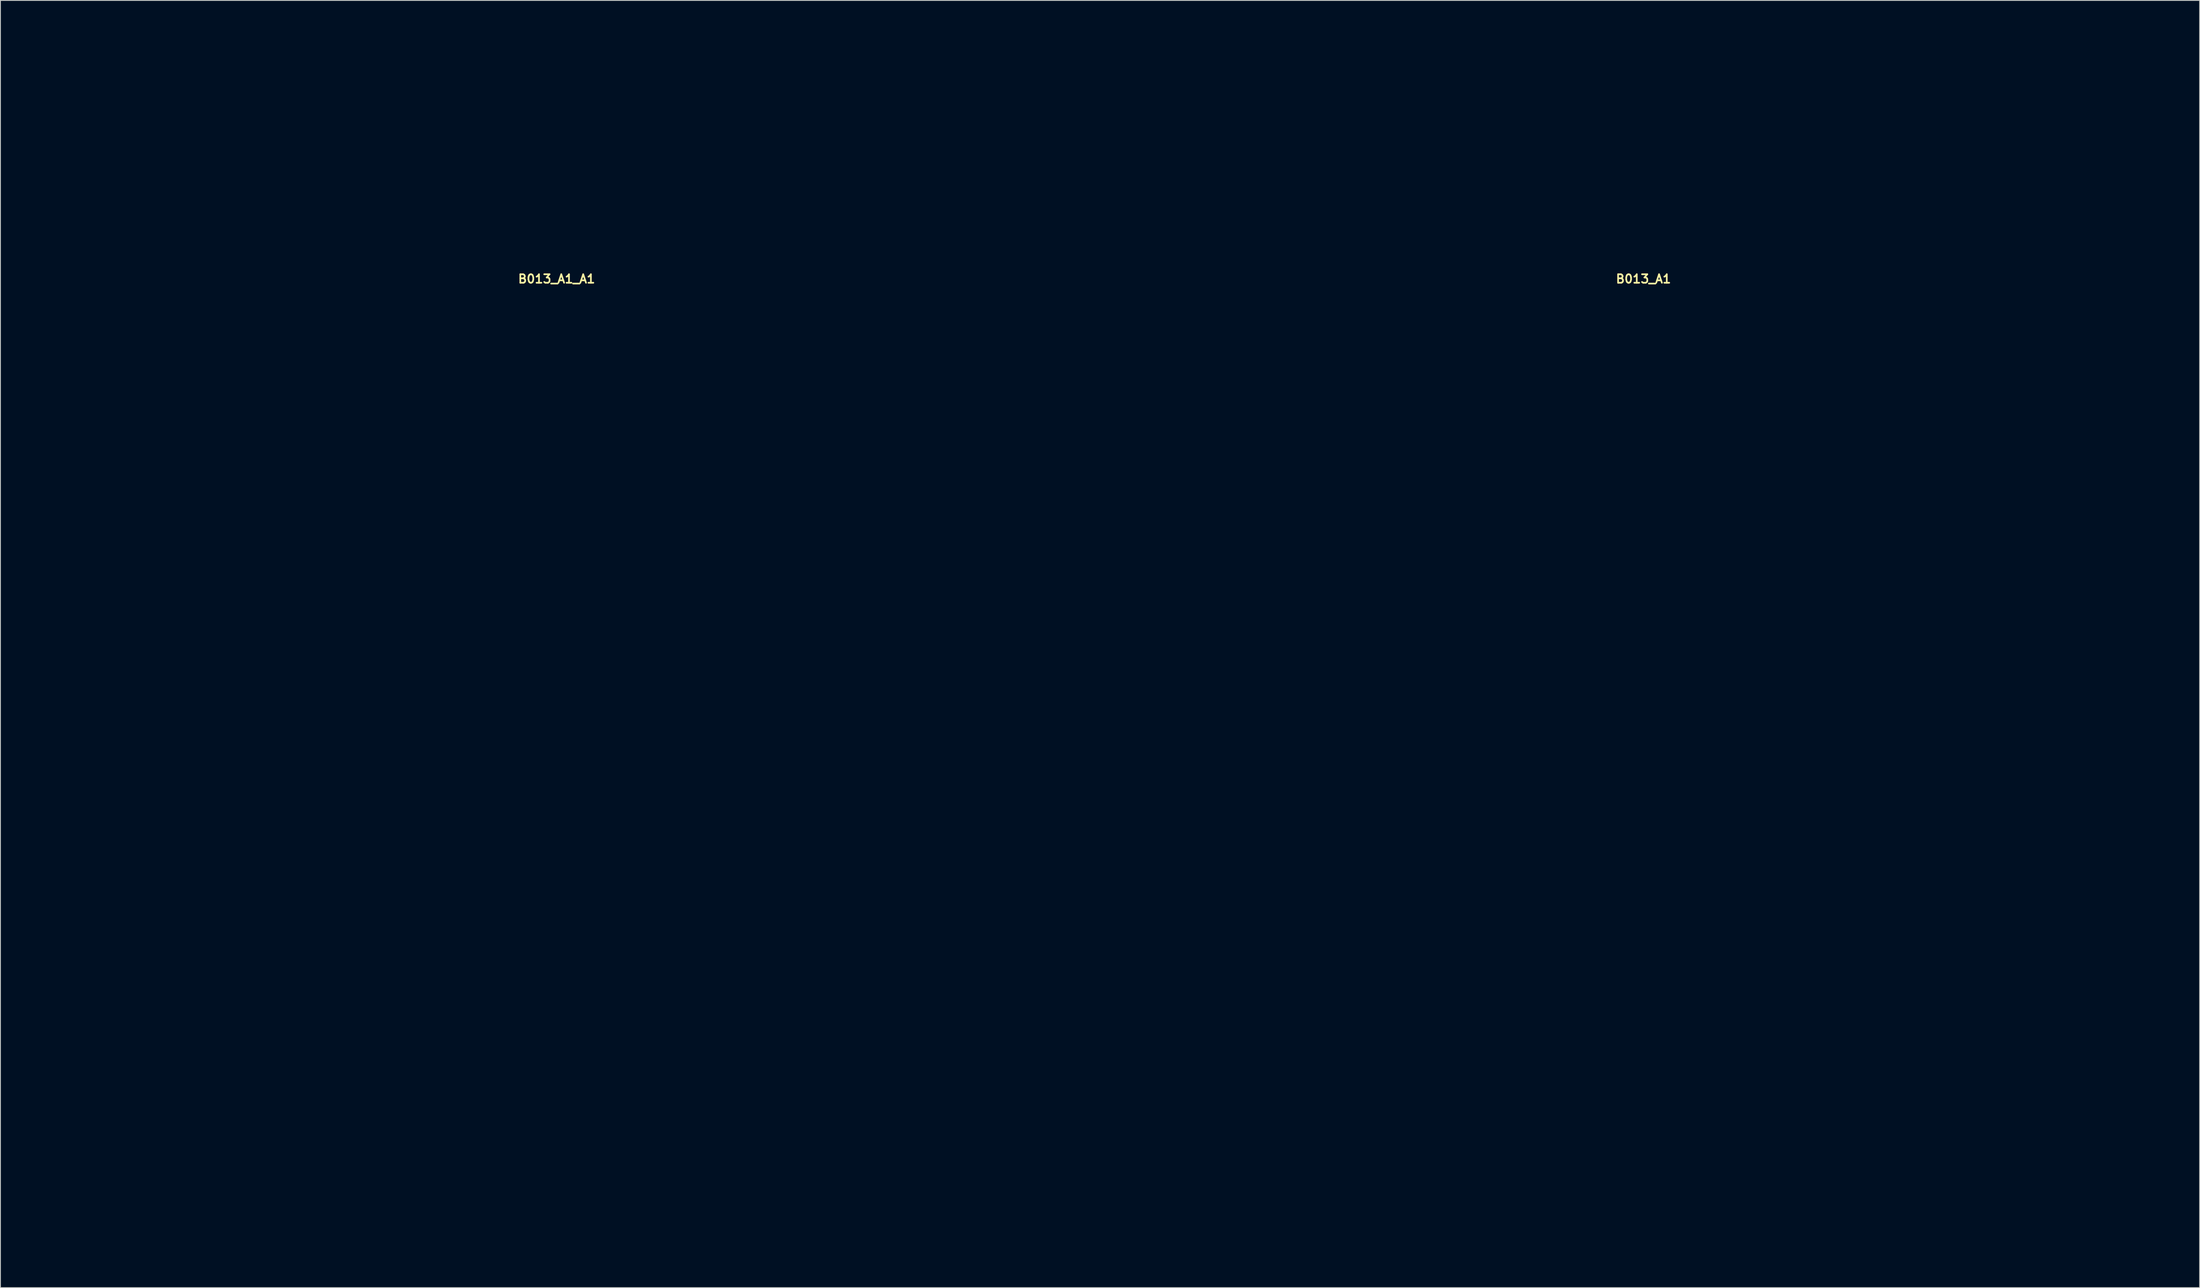
<source format=kicad_pcb>
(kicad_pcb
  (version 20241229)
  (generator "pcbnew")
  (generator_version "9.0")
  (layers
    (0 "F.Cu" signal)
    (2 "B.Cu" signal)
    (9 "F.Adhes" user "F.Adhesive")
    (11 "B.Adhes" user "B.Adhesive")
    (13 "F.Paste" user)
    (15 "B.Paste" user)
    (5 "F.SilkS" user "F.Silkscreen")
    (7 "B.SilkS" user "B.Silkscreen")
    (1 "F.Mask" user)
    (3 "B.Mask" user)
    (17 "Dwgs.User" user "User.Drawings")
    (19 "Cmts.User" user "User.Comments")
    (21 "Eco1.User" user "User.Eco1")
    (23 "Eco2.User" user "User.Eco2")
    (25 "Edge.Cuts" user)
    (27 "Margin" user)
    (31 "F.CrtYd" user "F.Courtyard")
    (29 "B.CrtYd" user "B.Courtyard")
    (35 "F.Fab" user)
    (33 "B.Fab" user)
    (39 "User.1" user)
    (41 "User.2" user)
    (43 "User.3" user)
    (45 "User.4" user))
  (footprint "B013_A1"
    (layer "F.Cu")
    (at 189.9 87.75)
    (property "Reference" "B013_A1" (at 0 -58.039 0) (layer "F.SilkS") (effects (font (size 1 1) (thickness 0.2))))
    (attr through_hole)
    (fp_line (start -62.1 -57.25) (end -62.1 57.25) (stroke (width 0.4) (type solid)) (layer "Eco1.User"))
    (fp_line (start -62.1 -57.25) (end -31.8 -57.25) (stroke (width 0.4) (type solid)) (layer "Eco1.User"))
    (fp_line (start -62.1 57.25) (end -31.8 57.25) (stroke (width 0.4) (type solid)) (layer "Eco1.User"))
    (fp_line (start -58.1 -57.25) (end -58.1 57.25) (stroke (width 0.4) (type solid)) (layer "Eco1.User"))
    (fp_line (start -31.8 -87.55) (end -31.8 -57.25) (stroke (width 0.4) (type solid)) (layer "Eco1.User"))
    (fp_line (start -31.8 -87.55) (end 31.8 -87.55) (stroke (width 0.4) (type solid)) (layer "Eco1.User"))
    (fp_line (start -31.8 -83.55) (end 31.8 -83.55) (stroke (width 0.4) (type solid)) (layer "Eco1.User"))
    (fp_line (start -31.8 -57.25) (end -31.8 57.25) (stroke (width 0.4) (type solid)) (layer "Eco1.User"))
    (fp_line (start -31.8 -57.25) (end 31.8 -57.25) (stroke (width 0.4) (type solid)) (layer "Eco1.User"))
    (fp_line (start -31.8 57.25) (end 31.8 57.25) (stroke (width 0.4) (type solid)) (layer "Eco1.User"))
    (fp_line (start -30.45 -55.75) (end -30.45 55.75) (stroke (width 0.4) (type solid)) (layer "Eco1.User"))
    (fp_line (start -30.45 -55.75) (end 30.45 -55.75) (stroke (width 0.4) (type solid)) (layer "Eco1.User"))
    (fp_line (start -30.45 -49) (end -27.1 -49) (stroke (width 0.4) (type solid)) (layer "Eco1.User"))
    (fp_line (start -30.45 49) (end -27.1 49) (stroke (width 0.4) (type solid)) (layer "Eco1.User"))
    (fp_line (start -30.45 55.75) (end 30.45 55.75) (stroke (width 0.4) (type solid)) (layer "Eco1.User"))
    (fp_line (start -23.85 -55.75) (end -23.85 -52.25) (stroke (width 0.4) (type solid)) (layer "Eco1.User"))
    (fp_line (start -23.85 52.25) (end -23.85 55.75) (stroke (width 0.4) (type solid)) (layer "Eco1.User"))
    (fp_line (start 23.85 -55.75) (end 23.85 -52.25) (stroke (width 0.4) (type solid)) (layer "Eco1.User"))
    (fp_line (start 23.85 52.25) (end 23.85 55.75) (stroke (width 0.4) (type solid)) (layer "Eco1.User"))
    (fp_line (start 27.1 -49) (end 30.45 -49) (stroke (width 0.4) (type solid)) (layer "Eco1.User"))
    (fp_line (start 27.1 49) (end 30.45 49) (stroke (width 0.4) (type solid)) (layer "Eco1.User"))
    (fp_line (start 30.45 -55.75) (end 30.45 55.75) (stroke (width 0.4) (type solid)) (layer "Eco1.User"))
    (fp_line (start 31.8 -87.55) (end 31.8 -57.25) (stroke (width 0.4) (type solid)) (layer "Eco1.User"))
    (fp_line (start 31.8 -57.25) (end 31.8 57.25) (stroke (width 0.4) (type solid)) (layer "Eco1.User"))
    (fp_line (start 31.8 -57.25) (end 62.1 -57.25) (stroke (width 0.4) (type solid)) (layer "Eco1.User"))
    (fp_line (start 31.8 57.25) (end 62.1 57.25) (stroke (width 0.4) (type solid)) (layer "Eco1.User"))
    (fp_line (start 58.1 -57.25) (end 58.1 57.25) (stroke (width 0.4) (type solid)) (layer "Eco1.User"))
    (fp_line (start 62.1 -57.25) (end 62.1 57.25) (stroke (width 0.4) (type solid)) (layer "Eco1.User"))
    (fp_arc (start -27.1 49) (mid -24.801903 49.951903) (end -23.85 52.25) (stroke (width 0.4) (type solid)) (layer "Eco1.User"))
    (fp_arc (start -23.85 -52.25) (mid -24.801903 -49.951903) (end -27.1 -49) (stroke (width 0.4) (type solid)) (layer "Eco1.User"))
    (fp_arc (start 23.85 52.25) (mid 24.801903 49.951903) (end 27.1 49) (stroke (width 0.4) (type solid)) (layer "Eco1.User"))
    (fp_arc (start 27.1 -49) (mid 24.801903 -49.951903) (end 23.85 -52.25) (stroke (width 0.4) (type solid)) (layer "Eco1.User"))
    (fp_circle (center -43.95 1.27) (end -38.25 1.27) (stroke (width 0.4) (type solid)) (fill no) (layer "Eco1.User"))
    (fp_circle (center -27.1 -52.25) (end -25.6 -52.25) (stroke (width 0.4) (type solid)) (fill no) (layer "Eco1.User"))
    (fp_circle (center -27.1 52.25) (end -25.6 52.25) (stroke (width 0.4) (type solid)) (fill no) (layer "Eco1.User"))
    (fp_circle (center 0 -69) (end 5.5 -69) (stroke (width 0.4) (type solid)) (fill no) (layer "Eco1.User"))
    (fp_circle (center 27.1 -52.25) (end 28.6 -52.25) (stroke (width 0.4) (type solid)) (fill no) (layer "Eco1.User"))
    (fp_circle (center 27.1 52.25) (end 28.6 52.25) (stroke (width 0.4) (type solid)) (fill no) (layer "Eco1.User"))
    (fp_circle (center 43.95 1.27) (end 49.65 1.27) (stroke (width 0.4) (type solid)) (fill no) (layer "Eco1.User")))
  (footprint "B013_A1_A1"
    (layer "F.Cu")
    (at 62.3 87.75)
    (property "Reference" "B013_A1_A1" (at 0 -58.039 0) (layer "F.SilkS") (effects (font (size 1 1) (thickness 0.2))))
    (attr through_hole)
    (fp_line (start -62.1 -57.25) (end -62.1 57.25) (stroke (width 0.4) (type solid)) (layer "Eco1.User"))
    (fp_line (start -62.1 -57.25) (end -31.8 -57.25) (stroke (width 0.4) (type solid)) (layer "Eco1.User"))
    (fp_line (start -62.1 57.25) (end -31.8 57.25) (stroke (width 0.4) (type solid)) (layer "Eco1.User"))
    (fp_line (start -58.1 -57.25) (end -58.1 57.25) (stroke (width 0.4) (type solid)) (layer "Eco1.User"))
    (fp_line (start -31.8 -87.55) (end -31.8 -57.25) (stroke (width 0.4) (type solid)) (layer "Eco1.User"))
    (fp_line (start -31.8 -87.55) (end 31.8 -87.55) (stroke (width 0.4) (type solid)) (layer "Eco1.User"))
    (fp_line (start -31.8 -83.55) (end 31.8 -83.55) (stroke (width 0.4) (type solid)) (layer "Eco1.User"))
    (fp_line (start -31.8 -57.25) (end -31.8 57.25) (stroke (width 0.4) (type solid)) (layer "Eco1.User"))
    (fp_line (start -31.8 -57.25) (end 31.8 -57.25) (stroke (width 0.4) (type solid)) (layer "Eco1.User"))
    (fp_line (start -31.8 57.25) (end 31.8 57.25) (stroke (width 0.4) (type solid)) (layer "Eco1.User"))
    (fp_line (start -30.45 -55.75) (end -30.45 55.75) (stroke (width 0.4) (type solid)) (layer "Eco1.User"))
    (fp_line (start -30.45 -55.75) (end 30.45 -55.75) (stroke (width 0.4) (type solid)) (layer "Eco1.User"))
    (fp_line (start -30.45 -49) (end -27.1 -49) (stroke (width 0.4) (type solid)) (layer "Eco1.User"))
    (fp_line (start -30.45 49) (end -27.1 49) (stroke (width 0.4) (type solid)) (layer "Eco1.User"))
    (fp_line (start -30.45 55.75) (end 30.45 55.75) (stroke (width 0.4) (type solid)) (layer "Eco1.User"))
    (fp_line (start -25.06 -41.24) (end -25.06 -39.64) (stroke (width 0.4) (type solid)) (layer "Eco1.User"))
    (fp_line (start -23.85 -55.75) (end -23.85 -52.25) (stroke (width 0.4) (type solid)) (layer "Eco1.User"))
    (fp_line (start -23.85 52.25) (end -23.85 55.75) (stroke (width 0.4) (type solid)) (layer "Eco1.User"))
    (fp_line (start -23.76 -41.24) (end -23.76 -39.64) (stroke (width 0.4) (type solid)) (layer "Eco1.User"))
    (fp_line (start 7.96 -41.24) (end 7.96 -39.64) (stroke (width 0.4) (type solid)) (layer "Eco1.User"))
    (fp_line (start 9.26 -41.24) (end 9.26 -39.64) (stroke (width 0.4) (type solid)) (layer "Eco1.User"))
    (fp_line (start 23.85 -55.75) (end 23.85 -52.25) (stroke (width 0.4) (type solid)) (layer "Eco1.User"))
    (fp_line (start 23.85 52.25) (end 23.85 55.75) (stroke (width 0.4) (type solid)) (layer "Eco1.User"))
    (fp_line (start 27.1 -49) (end 30.45 -49) (stroke (width 0.4) (type solid)) (layer "Eco1.User"))
    (fp_line (start 27.1 49) (end 30.45 49) (stroke (width 0.4) (type solid)) (layer "Eco1.User"))
    (fp_line (start 30.45 -55.75) (end 30.45 55.75) (stroke (width 0.4) (type solid)) (layer "Eco1.User"))
    (fp_line (start 31.8 -87.55) (end 31.8 -57.25) (stroke (width 0.4) (type solid)) (layer "Eco1.User"))
    (fp_line (start 31.8 -57.25) (end 31.8 57.25) (stroke (width 0.4) (type solid)) (layer "Eco1.User"))
    (fp_line (start 31.8 -57.25) (end 62.1 -57.25) (stroke (width 0.4) (type solid)) (layer "Eco1.User"))
    (fp_line (start 31.8 57.25) (end 62.1 57.25) (stroke (width 0.4) (type solid)) (layer "Eco1.User"))
    (fp_line (start 58.1 -57.25) (end 58.1 57.25) (stroke (width 0.4) (type solid)) (layer "Eco1.User"))
    (fp_line (start 62.1 -57.25) (end 62.1 57.25) (stroke (width 0.4) (type solid)) (layer "Eco1.User"))
    (fp_arc (start -27.1 49) (mid -24.801903 49.951903) (end -23.85 52.25) (stroke (width 0.4) (type solid)) (layer "Eco1.User"))
    (fp_arc (start -25.06 -41.24) (mid -24.41 -41.89) (end -23.76 -41.24) (stroke (width 0.4) (type solid)) (layer "Eco1.User"))
    (fp_arc (start -23.85 -52.25) (mid -24.801903 -49.951903) (end -27.1 -49) (stroke (width 0.4) (type solid)) (layer "Eco1.User"))
    (fp_arc (start -23.76 -39.64) (mid -24.41 -38.99) (end -25.06 -39.64) (stroke (width 0.4) (type solid)) (layer "Eco1.User"))
    (fp_arc (start 7.96 -41.24) (mid 8.61 -41.89) (end 9.26 -41.24) (stroke (width 0.4) (type solid)) (layer "Eco1.User"))
    (fp_arc (start 9.26 -39.64) (mid 8.61 -38.99) (end 7.96 -39.64) (stroke (width 0.4) (type solid)) (layer "Eco1.User"))
    (fp_arc (start 23.85 52.25) (mid 24.801903 49.951903) (end 27.1 49) (stroke (width 0.4) (type solid)) (layer "Eco1.User"))
    (fp_arc (start 27.1 -49) (mid 24.801903 -49.951903) (end 23.85 -52.25) (stroke (width 0.4) (type solid)) (layer "Eco1.User"))
    (fp_circle (center -43.95 1.27) (end -38.25 1.27) (stroke (width 0.4) (type solid)) (fill no) (layer "Eco1.User"))
    (fp_circle (center -27.1 -52.25) (end -25.6 -52.25) (stroke (width 0.4) (type solid)) (fill no) (layer "Eco1.User"))
    (fp_circle (center -27.1 52.25) (end -25.6 52.25) (stroke (width 0.4) (type solid)) (fill no) (layer "Eco1.User"))
    (fp_circle (center -16.51 -40.44) (end -12.81 -40.44) (stroke (width 0.4) (type solid)) (fill no) (layer "Eco1.User"))
    (fp_circle (center 0 -69) (end 5.5 -69) (stroke (width 0.4) (type solid)) (fill no) (layer "Eco1.User"))
    (fp_circle (center 0 -7.62) (end 2.65 -7.62) (stroke (width 0.4) (type solid)) (fill no) (layer "Eco1.User"))
    (fp_circle (center 0 19.05) (end 6.5 19.05) (stroke (width 0.4) (type solid)) (fill no) (layer "Eco1.User"))
    (fp_circle (center 16.51 -40.44) (end 20.21 -40.44) (stroke (width 0.4) (type solid)) (fill no) (layer "Eco1.User"))
    (fp_circle (center 27.1 -52.25) (end 28.6 -52.25) (stroke (width 0.4) (type solid)) (fill no) (layer "Eco1.User"))
    (fp_circle (center 27.1 52.25) (end 28.6 52.25) (stroke (width 0.4) (type solid)) (fill no) (layer "Eco1.User"))
    (fp_circle (center 43.95 1.27) (end 49.65 1.27) (stroke (width 0.4) (type solid)) (fill no) (layer "Eco1.User")))
  (gr_rect
    (start -3 -3)
    (end 255.2 148.2)
    (stroke (width 0.1) (type default))
    (fill no)
    (layer "Edge.Cuts")))
</source>
